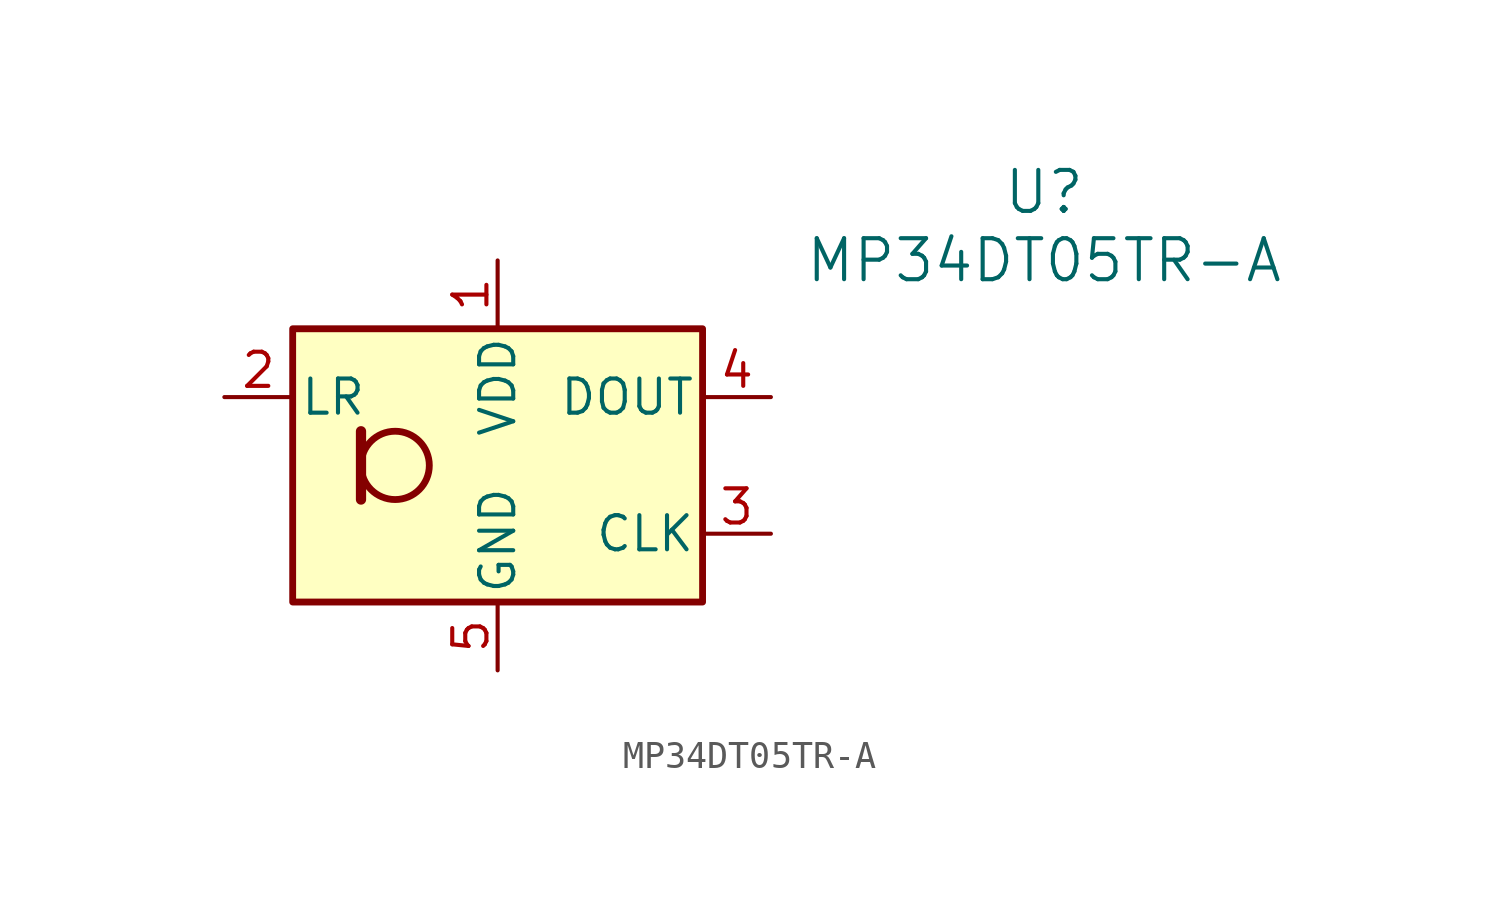
<source format=kicad_sym>
(kicad_symbol_lib
  (version 20231120)
  (generator "kicad_symbol_editor")
  (generator_version "8.0")
  (symbol "MP34DT05TR-A"
    (pin_names
      (offset 0.254))
    (property "Reference" "U"
      (at 20.32 10.16 0)
      (effects (font (size 1.524 1.524))))
    (property "Value" "MP34DT05TR-A"
      (at 20.32 7.62 0)
      (effects (font (size 1.524 1.524))))
    (symbol "MP34DT05TR-A_1_1"
      (rectangle (start -7.62 5.08) (end 7.62 -5.08) (stroke (width 0.254) (type default)) (fill (type background)))
      (circle (center -3.81 0) (radius 1.27) (stroke (width 0.254) (type default)) (fill (type none)))
      (polyline (pts (xy -5.08 1.27) (xy -5.08 -1.27)) (stroke (width 0.381) (type default)) (fill (type none)))
      (pin power_in line (at 0 7.62 270) (length 2.54) (name "VDD" (effects (font (size 1.27 1.27)))) (number "1" (effects (font (size 1.27 1.27)))))
      (pin input line (at -10.16 2.54 0) (length 2.54) (name "LR" (effects (font (size 1.27 1.27)))) (number "2" (effects (font (size 1.27 1.27)))))
      (pin input line (at 10.16 -2.54 180) (length 2.54) (name "CLK" (effects (font (size 1.27 1.27)))) (number "3" (effects (font (size 1.27 1.27)))))
      (pin output line (at 10.16 2.54 180) (length 2.54) (name "DOUT" (effects (font (size 1.27 1.27)))) (number "4" (effects (font (size 1.27 1.27)))))
      (pin power_in line (at 0 -7.62 90) (length 2.54) (name "GND" (effects (font (size 1.27 1.27)))) (number "5" (effects (font (size 1.27 1.27))))))))
</source>
